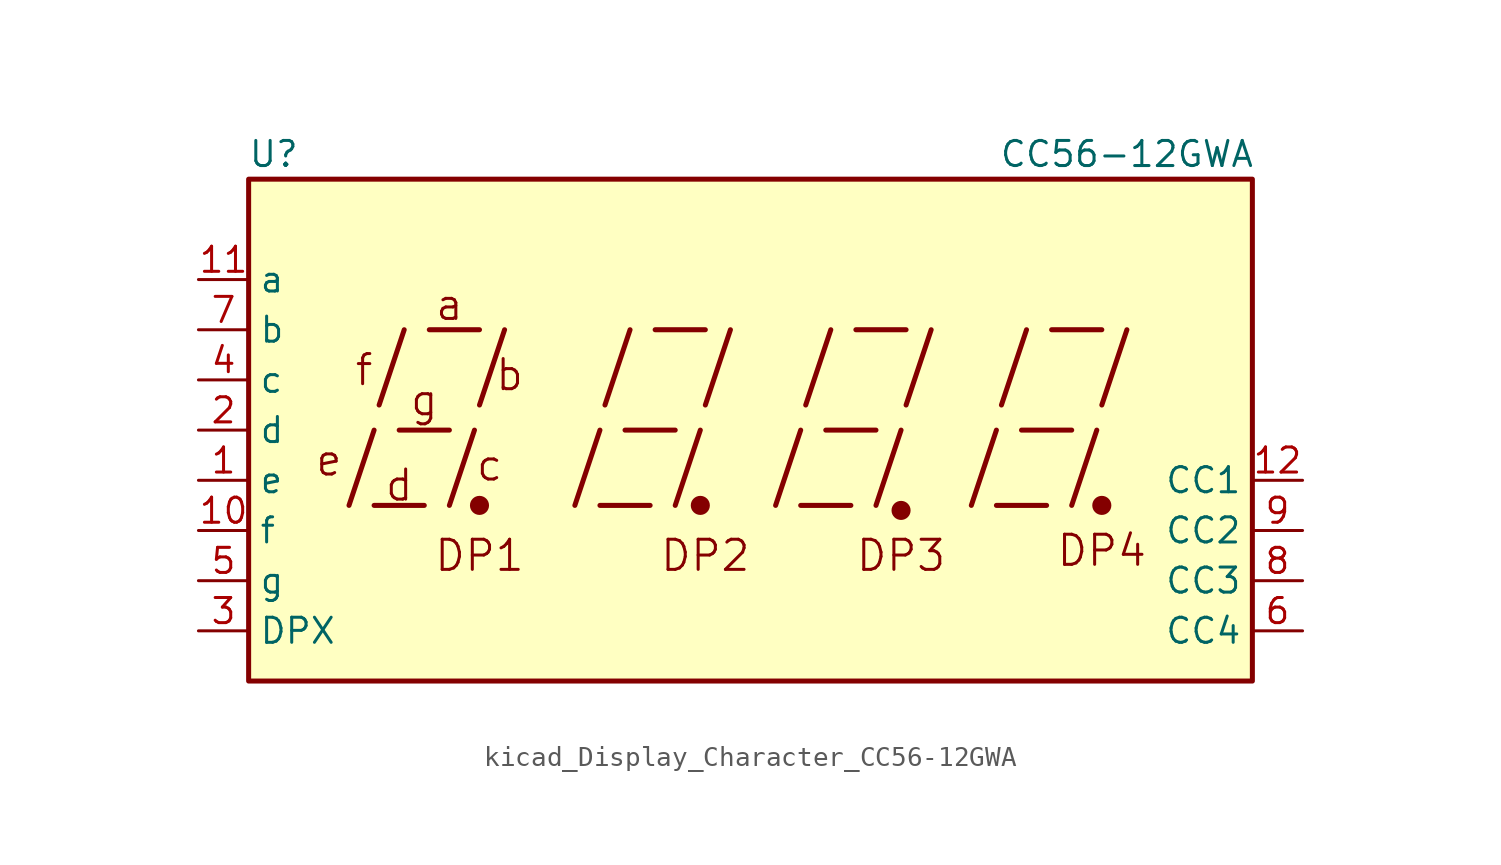
<source format=kicad_sym>
(kicad_symbol_lib
  (version 20220914)
  (generator kicad_symbol_editor)
  (symbol "kicad_Display_Character_CC56-12GWA"
    (property "Reference" "U"
      (at -24.13 13.97 0)
      (effects (font (size 1.27 1.27))))
    (property "Value" "CC56-12GWA"
      (at 19.05 13.97 0)
      (effects (font (size 1.27 1.27))))
    (symbol "kicad_Display_Character_CC56-12GWA_0_0"
      (rectangle (start -25.4 12.7) (end 25.4 -12.7) (stroke (width 0.254) (type default)) (fill (type background)))
      (polyline (pts (xy -20.32 -3.81) (xy -19.05 0)) (stroke (width 0.254) (type default)) (fill (type none)))
      (polyline (pts (xy -19.05 -3.81) (xy -16.51 -3.81)) (stroke (width 0.254) (type default)) (fill (type none)))
      (polyline (pts (xy -18.796 1.27) (xy -17.526 5.08)) (stroke (width 0.254) (type default)) (fill (type none)))
      (polyline (pts (xy -17.78 0) (xy -15.24 0)) (stroke (width 0.254) (type default)) (fill (type none)))
      (polyline (pts (xy -16.256 5.08) (xy -13.716 5.08)) (stroke (width 0.254) (type default)) (fill (type none)))
      (polyline (pts (xy -15.24 -3.81) (xy -13.97 0)) (stroke (width 0.254) (type default)) (fill (type none)))
      (polyline (pts (xy -13.716 1.27) (xy -12.446 5.08)) (stroke (width 0.254) (type default)) (fill (type none)))
      (polyline (pts (xy -8.89 -3.81) (xy -7.62 0)) (stroke (width 0.254) (type default)) (fill (type none)))
      (polyline (pts (xy -7.62 -3.81) (xy -5.08 -3.81)) (stroke (width 0.254) (type default)) (fill (type none)))
      (polyline (pts (xy -7.366 1.27) (xy -6.096 5.08)) (stroke (width 0.254) (type default)) (fill (type none)))
      (polyline (pts (xy -6.35 0) (xy -3.81 0)) (stroke (width 0.254) (type default)) (fill (type none)))
      (polyline (pts (xy -4.826 5.08) (xy -2.286 5.08)) (stroke (width 0.254) (type default)) (fill (type none)))
      (polyline (pts (xy -3.81 -3.81) (xy -2.54 0)) (stroke (width 0.254) (type default)) (fill (type none)))
      (polyline (pts (xy -2.286 1.27) (xy -1.016 5.08)) (stroke (width 0.254) (type default)) (fill (type none)))
      (polyline (pts (xy 1.27 -3.81) (xy 2.54 0)) (stroke (width 0.254) (type default)) (fill (type none)))
      (polyline (pts (xy 2.54 -3.81) (xy 5.08 -3.81)) (stroke (width 0.254) (type default)) (fill (type none)))
      (polyline (pts (xy 2.794 1.27) (xy 4.064 5.08)) (stroke (width 0.254) (type default)) (fill (type none)))
      (polyline (pts (xy 3.81 0) (xy 6.35 0)) (stroke (width 0.254) (type default)) (fill (type none)))
      (polyline (pts (xy 5.334 5.08) (xy 7.874 5.08)) (stroke (width 0.254) (type default)) (fill (type none)))
      (polyline (pts (xy 6.35 -3.81) (xy 7.62 0)) (stroke (width 0.254) (type default)) (fill (type none)))
      (polyline (pts (xy 7.874 1.27) (xy 9.144 5.08)) (stroke (width 0.254) (type default)) (fill (type none)))
      (polyline (pts (xy 11.176 -3.81) (xy 12.446 0)) (stroke (width 0.254) (type default)) (fill (type none)))
      (polyline (pts (xy 12.446 -3.81) (xy 14.986 -3.81)) (stroke (width 0.254) (type default)) (fill (type none)))
      (polyline (pts (xy 12.7 1.27) (xy 13.97 5.08)) (stroke (width 0.254) (type default)) (fill (type none)))
      (polyline (pts (xy 13.716 0) (xy 16.256 0)) (stroke (width 0.254) (type default)) (fill (type none)))
      (polyline (pts (xy 15.24 5.08) (xy 17.78 5.08)) (stroke (width 0.254) (type default)) (fill (type none)))
      (polyline (pts (xy 16.256 -3.81) (xy 17.526 0)) (stroke (width 0.254) (type default)) (fill (type none)))
      (polyline (pts (xy 17.78 1.27) (xy 19.05 5.08)) (stroke (width 0.254) (type default)) (fill (type none)))
      (text "a" (at -15.24 6.35 0) (effects (font (size 1.524 1.524))))
      (text "b" (at -12.192 2.794 0) (effects (font (size 1.524 1.524))))
      (text "c" (at -13.208 -1.778 0) (effects (font (size 1.524 1.524))))
      (text "d" (at -17.78 -2.794 0) (effects (font (size 1.524 1.524))))
      (text "DP1" (at -13.716 -6.35 0) (effects (font (size 1.524 1.524))))
      (text "DP2" (at -2.286 -6.35 0) (effects (font (size 1.524 1.524))))
      (text "DP3" (at 7.62 -6.35 0) (effects (font (size 1.524 1.524))))
      (text "DP4" (at 17.78 -6.096 0) (effects (font (size 1.524 1.524))))
      (text "e" (at -21.336 -1.524 0) (effects (font (size 1.524 1.524))))
      (text "f" (at -19.558 3.048 0) (effects (font (size 1.524 1.524))))
      (text "g" (at -16.51 1.524 0) (effects (font (size 1.524 1.524)))))
    (symbol "kicad_Display_Character_CC56-12GWA_0_1"
      (circle (center -13.716 -3.81) (radius 0.356) (stroke (width 0.254) (type default)) (fill (type outline)))
      (circle (center -2.54 -3.81) (radius 0.356) (stroke (width 0.254) (type default)) (fill (type outline))))
    (symbol "kicad_Display_Character_CC56-12GWA_1_0"
      (circle (center 7.62 -4.064) (radius 0.356) (stroke (width 0.254) (type default)) (fill (type outline)))
      (circle (center 17.78 -3.81) (radius 0.356) (stroke (width 0.254) (type default)) (fill (type outline))))
    (symbol "kicad_Display_Character_CC56-12GWA_1_1"
      (pin input line (at -27.94 -2.54 0) (length 2.54) (name "e" (effects (font (size 1.27 1.27)))) (number "1" (effects (font (size 1.27 1.27)))))
      (pin input line (at -27.94 -5.08 0) (length 2.54) (name "f" (effects (font (size 1.27 1.27)))) (number "10" (effects (font (size 1.27 1.27)))))
      (pin input line (at -27.94 7.62 0) (length 2.54) (name "a" (effects (font (size 1.27 1.27)))) (number "11" (effects (font (size 1.27 1.27)))))
      (pin input line (at 27.94 -2.54 180) (length 2.54) (name "CC1" (effects (font (size 1.27 1.27)))) (number "12" (effects (font (size 1.27 1.27)))))
      (pin input line (at -27.94 0 0) (length 2.54) (name "d" (effects (font (size 1.27 1.27)))) (number "2" (effects (font (size 1.27 1.27)))))
      (pin input line (at -27.94 -10.16 0) (length 2.54) (name "DPX" (effects (font (size 1.27 1.27)))) (number "3" (effects (font (size 1.27 1.27)))))
      (pin input line (at -27.94 2.54 0) (length 2.54) (name "c" (effects (font (size 1.27 1.27)))) (number "4" (effects (font (size 1.27 1.27)))))
      (pin input line (at -27.94 -7.62 0) (length 2.54) (name "g" (effects (font (size 1.27 1.27)))) (number "5" (effects (font (size 1.27 1.27)))))
      (pin input line (at 27.94 -10.16 180) (length 2.54) (name "CC4" (effects (font (size 1.27 1.27)))) (number "6" (effects (font (size 1.27 1.27)))))
      (pin input line (at -27.94 5.08 0) (length 2.54) (name "b" (effects (font (size 1.27 1.27)))) (number "7" (effects (font (size 1.27 1.27)))))
      (pin input line (at 27.94 -7.62 180) (length 2.54) (name "CC3" (effects (font (size 1.27 1.27)))) (number "8" (effects (font (size 1.27 1.27)))))
      (pin input line (at 27.94 -5.08 180) (length 2.54) (name "CC2" (effects (font (size 1.27 1.27)))) (number "9" (effects (font (size 1.27 1.27))))))))
</source>
